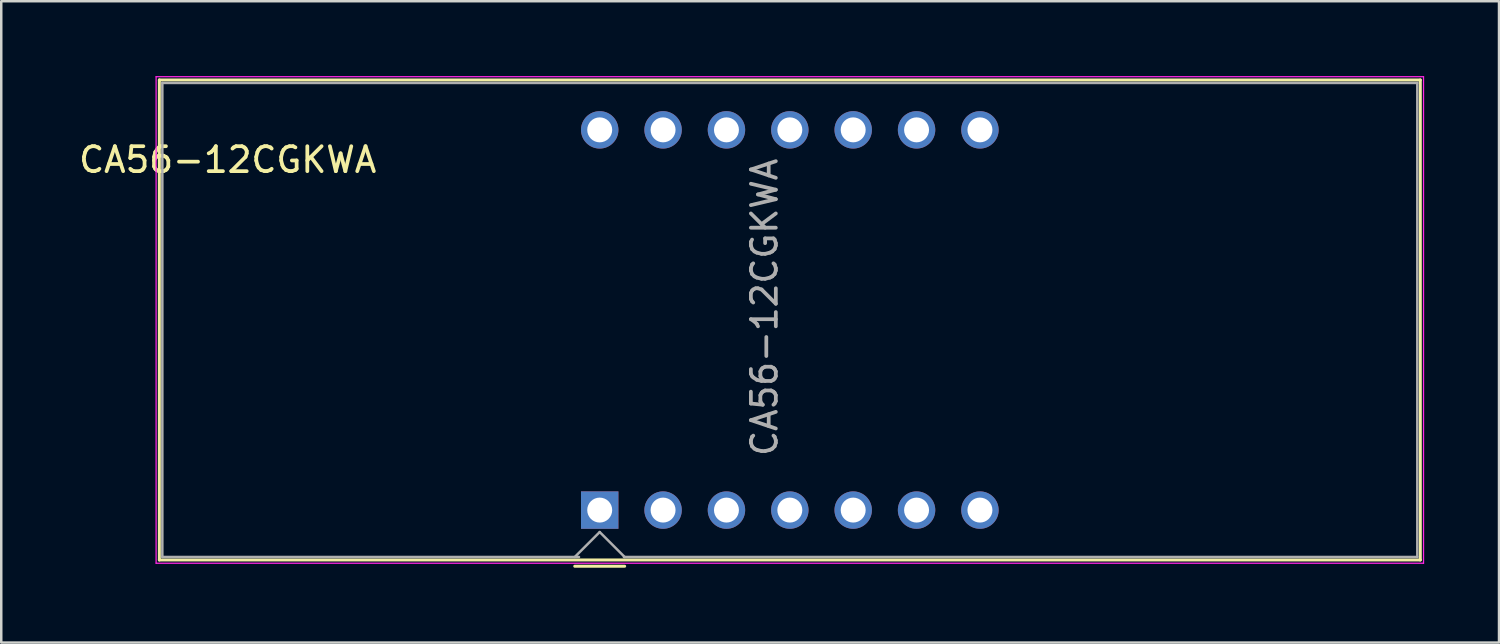
<source format=kicad_pcb>
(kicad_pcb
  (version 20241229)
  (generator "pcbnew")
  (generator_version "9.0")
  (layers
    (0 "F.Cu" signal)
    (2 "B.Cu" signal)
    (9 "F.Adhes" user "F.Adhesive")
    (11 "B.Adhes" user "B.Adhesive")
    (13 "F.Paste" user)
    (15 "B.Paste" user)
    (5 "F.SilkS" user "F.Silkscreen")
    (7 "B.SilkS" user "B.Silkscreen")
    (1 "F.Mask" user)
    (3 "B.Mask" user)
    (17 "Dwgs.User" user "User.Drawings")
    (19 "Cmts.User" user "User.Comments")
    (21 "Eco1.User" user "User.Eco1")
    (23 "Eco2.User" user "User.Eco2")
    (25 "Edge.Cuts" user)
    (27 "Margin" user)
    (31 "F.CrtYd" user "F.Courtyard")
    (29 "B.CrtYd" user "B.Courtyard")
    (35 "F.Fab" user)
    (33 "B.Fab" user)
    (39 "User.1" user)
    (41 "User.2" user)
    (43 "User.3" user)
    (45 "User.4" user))
  (footprint "CA56-12CGKWA"
    (layer "F.Cu")
    (at 28.937 10.975)
    (property "Reference" "CA56-12CGKWA" (at -22.86 -7.62 180) (layer "F.SilkS") (effects (font (size 1 1) (thickness 0.15))))
    (attr through_hole)
    (fp_line (start -25.6 8.42) (end -25.6 -10.82) (stroke (width 0.12) (type solid)) (layer "F.SilkS"))
    (fp_line (start -25.6 8.42) (end 24.94 8.42) (stroke (width 0.12) (type solid)) (layer "F.SilkS"))
    (fp_line (start -8.95 8.67) (end -6.95 8.67) (stroke (width 0.12) (type solid)) (layer "F.SilkS"))
    (fp_line (start 24.94 -10.82) (end -25.6 -10.82) (stroke (width 0.12) (type solid)) (layer "F.SilkS"))
    (fp_line (start 24.94 8.42) (end 24.94 -10.82) (stroke (width 0.12) (type solid)) (layer "F.SilkS"))
    (fp_line (start -25.73 -10.95) (end 25.07 -10.95) (stroke (width 0.05) (type solid)) (layer "F.CrtYd"))
    (fp_line (start -25.73 8.55) (end -25.73 -10.95) (stroke (width 0.05) (type solid)) (layer "F.CrtYd"))
    (fp_line (start 25.07 -10.95) (end 25.07 8.55) (stroke (width 0.05) (type solid)) (layer "F.CrtYd"))
    (fp_line (start 25.07 8.55) (end -25.73 8.55) (stroke (width 0.05) (type solid)) (layer "F.CrtYd"))
    (fp_line (start -25.48 -10.7) (end 24.82 -10.7) (stroke (width 0.1) (type solid)) (layer "F.Fab"))
    (fp_line (start -25.48 8.3) (end -25.48 -10.7) (stroke (width 0.1) (type solid)) (layer "F.Fab"))
    (fp_line (start -8.78 8.3) (end -25.48 8.3) (stroke (width 0.1) (type solid)) (layer "F.Fab"))
    (fp_line (start -7.95 7.3) (end -8.95 8.3) (stroke (width 0.1) (type solid)) (layer "F.Fab"))
    (fp_line (start -6.98 8.3) (end 24.82 8.3) (stroke (width 0.1) (type solid)) (layer "F.Fab"))
    (fp_line (start -6.95 8.3) (end -7.95 7.3) (stroke (width 0.1) (type solid)) (layer "F.Fab"))
    (fp_line (start 24.82 8.3) (end 24.82 -10.7) (stroke (width 0.1) (type solid)) (layer "F.Fab"))
    (fp_text user "${REFERENCE}" (at -1.346 -1.708 90) (layer "F.Fab") (effects (font (size 1 1) (thickness 0.15))))
    (pad "1" thru_hole rect (at -7.95 6.42 90) (size 1.5 1.5) (drill 1) (layers "*.Cu" "*.Mask"))
    (pad "2" thru_hole circle (at -5.41 6.42 90) (size 1.5 1.5) (drill 1) (layers "*.Cu" "*.Mask"))
    (pad "3" thru_hole circle (at -2.87 6.42 90) (size 1.5 1.5) (drill 1) (layers "*.Cu" "*.Mask"))
    (pad "4" thru_hole circle (at -0.33 6.42 90) (size 1.5 1.5) (drill 1) (layers "*.Cu" "*.Mask"))
    (pad "5" thru_hole circle (at 2.21 6.42 90) (size 1.5 1.5) (drill 1) (layers "*.Cu" "*.Mask"))
    (pad "6" thru_hole circle (at 4.75 6.42 90) (size 1.5 1.5) (drill 1) (layers "*.Cu" "*.Mask"))
    (pad "7" thru_hole circle (at 7.29 6.42 90) (size 1.5 1.5) (drill 1) (layers "*.Cu" "*.Mask"))
    (pad "8" thru_hole circle (at 7.29 -8.82 90) (size 1.5 1.5) (drill 1) (layers "*.Cu" "*.Mask"))
    (pad "9" thru_hole circle (at 4.75 -8.82 90) (size 1.5 1.5) (drill 1) (layers "*.Cu" "*.Mask"))
    (pad "10" thru_hole circle (at 2.21 -8.82 90) (size 1.5 1.5) (drill 1) (layers "*.Cu" "*.Mask"))
    (pad "11" thru_hole circle (at -0.33 -8.82 90) (size 1.5 1.5) (drill 1) (layers "*.Cu" "*.Mask"))
    (pad "12" thru_hole circle (at -2.87 -8.82 90) (size 1.5 1.5) (drill 1) (layers "*.Cu" "*.Mask"))
    (pad "13" thru_hole circle (at -5.41 -8.82 90) (size 1.5 1.5) (drill 1) (layers "*.Cu" "*.Mask"))
    (pad "14" thru_hole circle (at -7.95 -8.82 90) (size 1.5 1.5) (drill 1) (layers "*.Cu" "*.Mask")))
  (gr_rect
    (start -3 -3)
    (end 57.032 22.705)
    (stroke (width 0.1) (type default))
    (fill no)
    (layer "Edge.Cuts")))
</source>
